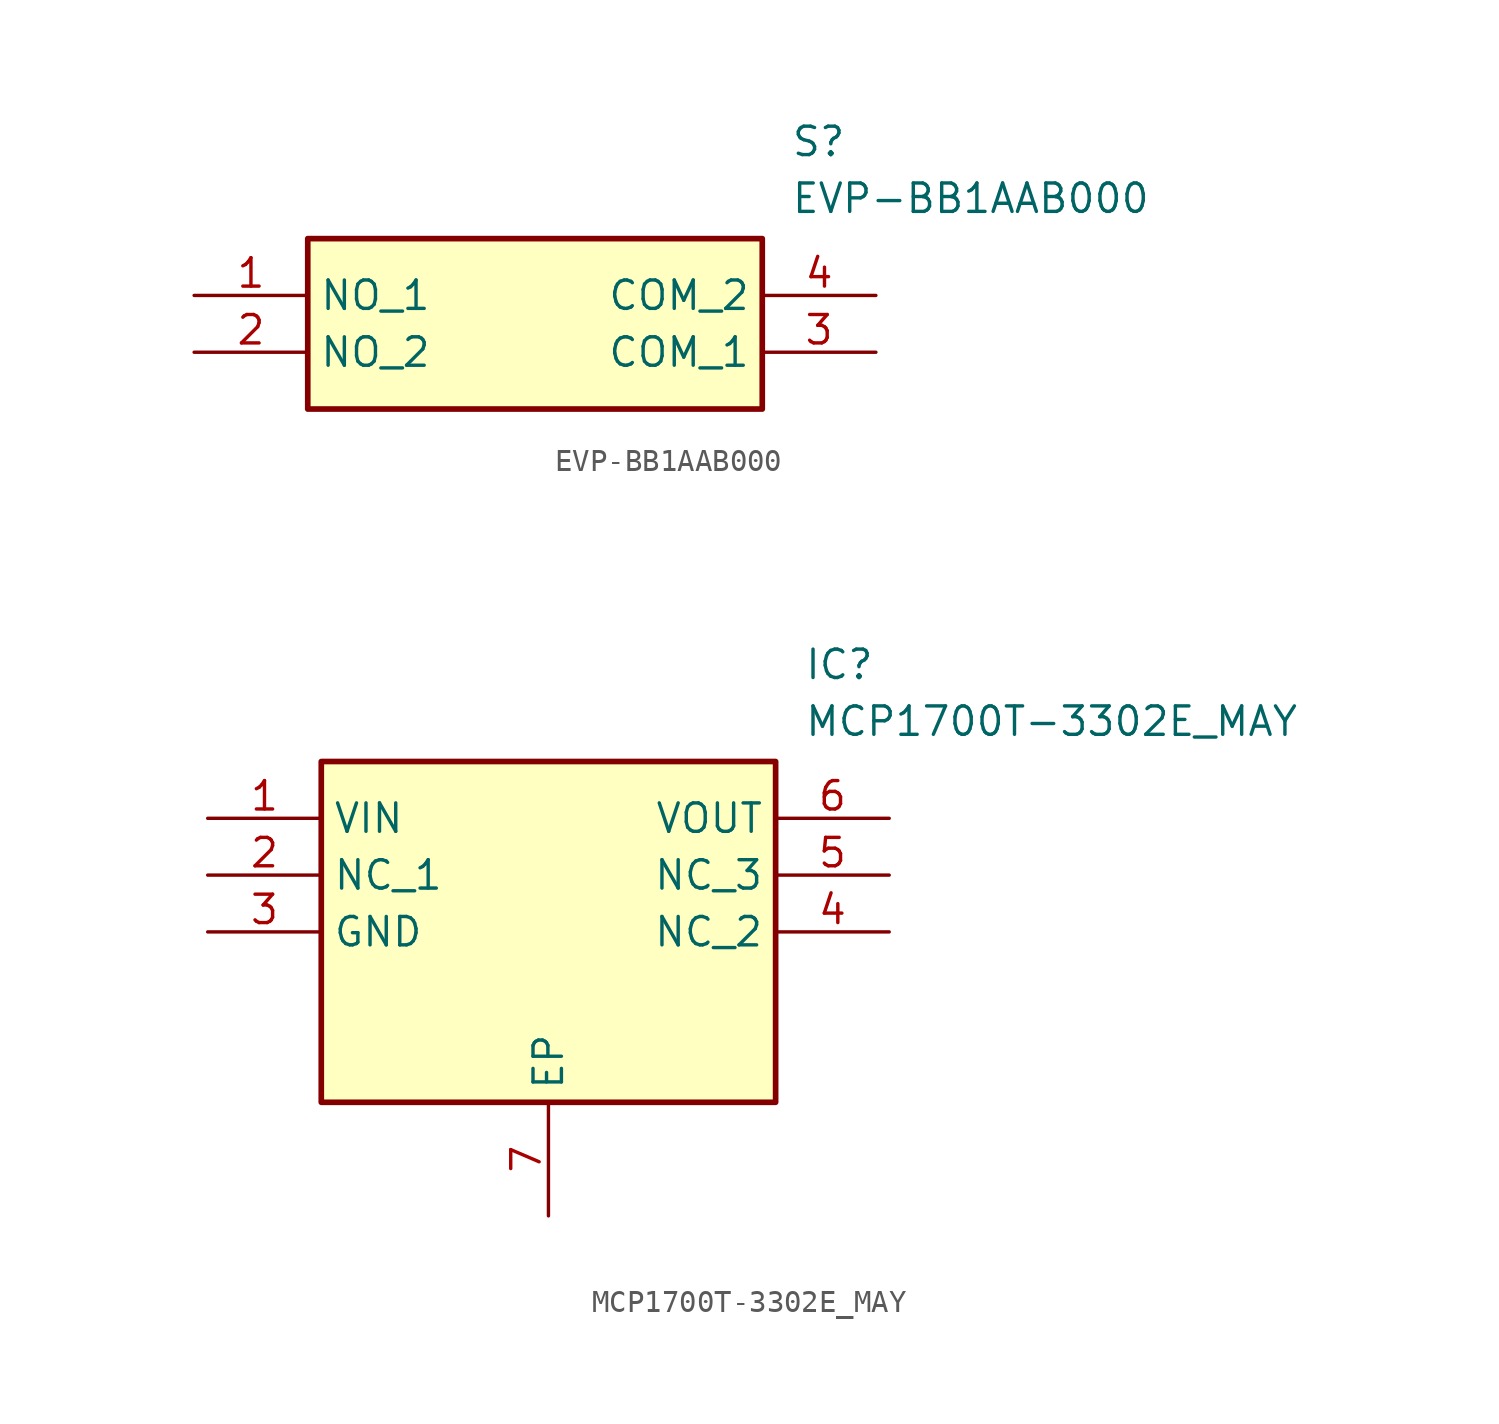
<source format=kicad_sym>
(kicad_symbol_lib
  (version 20220914)
  (generator SamacSys_ECAD_Model)
  (symbol "EVP-BB1AAB000"
    (property "Reference" "S"
      (at 26.67 7.62 0)
      (effects (font (size 1.27 1.27)) (justify left top)))
    (property "Value" "EVP-BB1AAB000"
      (at 26.67 5.08 0)
      (effects (font (size 1.27 1.27)) (justify left top)))
    (rectangle
      (start 5.08 2.54)
      (end 25.4 -5.08)
      (stroke (width 0.254) (type default))
      (fill (type background)))
    (pin passive line
      (at 0 0 0)
      (length 5.08)
      (name "NO_1" (effects (font (size 1.27 1.27))))
      (number "1" (effects (font (size 1.27 1.27)))))
    (pin passive line
      (at 0 -2.54 0)
      (length 5.08)
      (name "NO_2" (effects (font (size 1.27 1.27))))
      (number "2" (effects (font (size 1.27 1.27)))))
    (pin passive line
      (at 30.48 -2.54 180)
      (length 5.08)
      (name "COM_1" (effects (font (size 1.27 1.27))))
      (number "3" (effects (font (size 1.27 1.27)))))
    (pin passive line
      (at 30.48 0 180)
      (length 5.08)
      (name "COM_2" (effects (font (size 1.27 1.27))))
      (number "4" (effects (font (size 1.27 1.27))))))
  (symbol "MCP1700T-3302E_MAY"
    (property "Reference" "IC"
      (at 26.67 7.62 0)
      (effects (font (size 1.27 1.27)) (justify left top)))
    (property "Value" "MCP1700T-3302E_MAY"
      (at 26.67 5.08 0)
      (effects (font (size 1.27 1.27)) (justify left top)))
    (rectangle
      (start 5.08 2.54)
      (end 25.4 -12.7)
      (stroke (width 0.254) (type default))
      (fill (type background)))
    (pin passive line
      (at 0 0 0)
      (length 5.08)
      (name "VIN" (effects (font (size 1.27 1.27))))
      (number "1" (effects (font (size 1.27 1.27)))))
    (pin passive line
      (at 0 -2.54 0)
      (length 5.08)
      (name "NC_1" (effects (font (size 1.27 1.27))))
      (number "2" (effects (font (size 1.27 1.27)))))
    (pin passive line
      (at 0 -5.08 0)
      (length 5.08)
      (name "GND" (effects (font (size 1.27 1.27))))
      (number "3" (effects (font (size 1.27 1.27)))))
    (pin passive line
      (at 15.24 -17.78 90)
      (length 5.08)
      (name "EP" (effects (font (size 1.27 1.27))))
      (number "7" (effects (font (size 1.27 1.27)))))
    (pin passive line
      (at 30.48 0 180)
      (length 5.08)
      (name "VOUT" (effects (font (size 1.27 1.27))))
      (number "6" (effects (font (size 1.27 1.27)))))
    (pin passive line
      (at 30.48 -2.54 180)
      (length 5.08)
      (name "NC_3" (effects (font (size 1.27 1.27))))
      (number "5" (effects (font (size 1.27 1.27)))))
    (pin passive line
      (at 30.48 -5.08 180)
      (length 5.08)
      (name "NC_2" (effects (font (size 1.27 1.27))))
      (number "4" (effects (font (size 1.27 1.27)))))))
</source>
